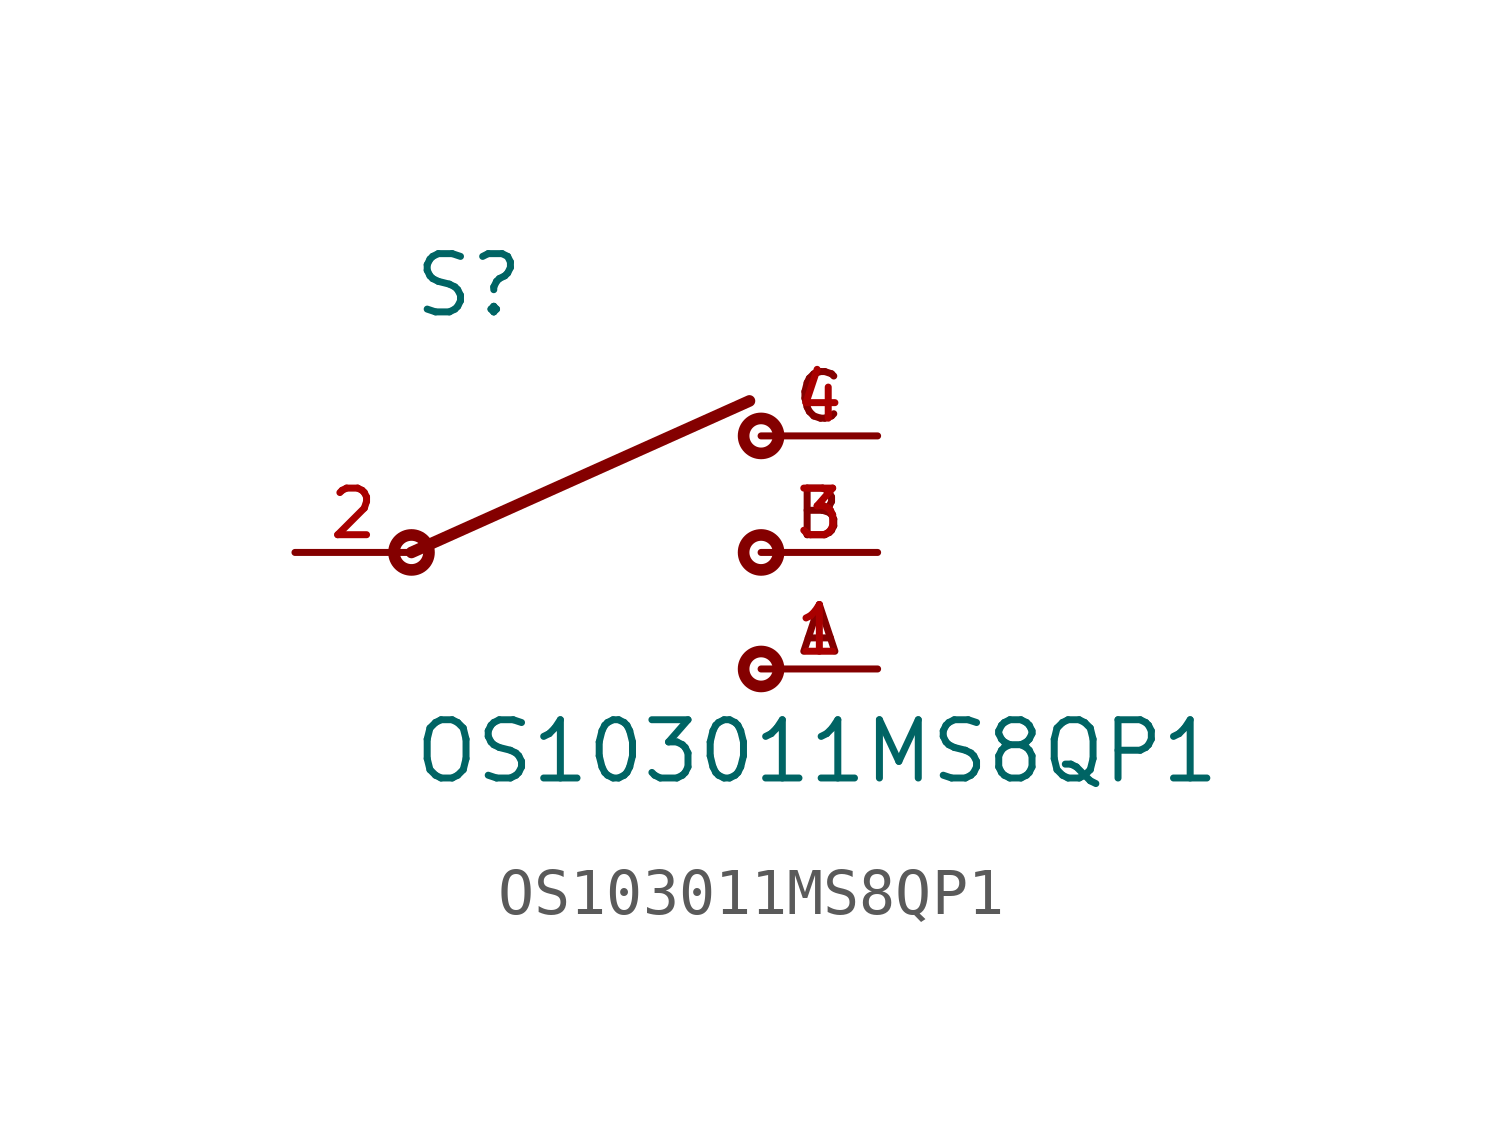
<source format=kicad_sym>
(kicad_symbol_lib
  (version 20211014)
  (generator kicad_symbol_editor)
  (symbol "OS103011MS8QP1"
    (pin_names
      (offset 1.016))
    (property "Reference" "S"
      (at 0.0 5.08 0)
      (effects (font (size 1.27 1.27)) (justify bottom left)))
    (property "Value" "OS103011MS8QP1"
      (at 0.0 -5.08 0)
      (effects (font (size 1.27 1.27)) (justify bottom left)))
    (symbol "OS103011MS8QP1_0_0"
      (circle (center 0.0 0.0) (radius 0.381) (stroke (width 0.254)) (fill (type none)))
      (circle (center 7.62 2.54) (radius 0.381) (stroke (width 0.254)) (fill (type none)))
      (circle (center 7.62 0.0) (radius 0.381) (stroke (width 0.254)) (fill (type none)))
      (circle (center 7.62 -2.54) (radius 0.381) (stroke (width 0.254)) (fill (type none)))
      (polyline (pts (xy 0.0 0.0) (xy 7.366 3.302)) (stroke (width 0.254)))
      (text "C" (at 8.89 2.794 0) (effects (font (size 1.016 1.016)) (justify bottom)))
      (text "B" (at 8.89 0.254 0) (effects (font (size 1.016 1.016)) (justify bottom)))
      (text "A" (at 8.89 -2.286 0) (effects (font (size 1.016 1.016)) (justify bottom)))
      (pin bidirectional line (at -2.54 0.0 0) (length 2.54) (name "~" (effects (font (size 1.016 1.016)))) (number "2" (effects (font (size 1.016 1.016)))))
      (pin bidirectional line (at 10.16 2.54 180.0) (length 2.54) (name "~" (effects (font (size 1.016 1.016)))) (number "4" (effects (font (size 1.016 1.016)))))
      (pin bidirectional line (at 10.16 0.0 180.0) (length 2.54) (name "~" (effects (font (size 1.016 1.016)))) (number "3" (effects (font (size 1.016 1.016)))))
      (pin bidirectional line (at 10.16 -2.54 180.0) (length 2.54) (name "~" (effects (font (size 1.016 1.016)))) (number "1" (effects (font (size 1.016 1.016))))))))
</source>
